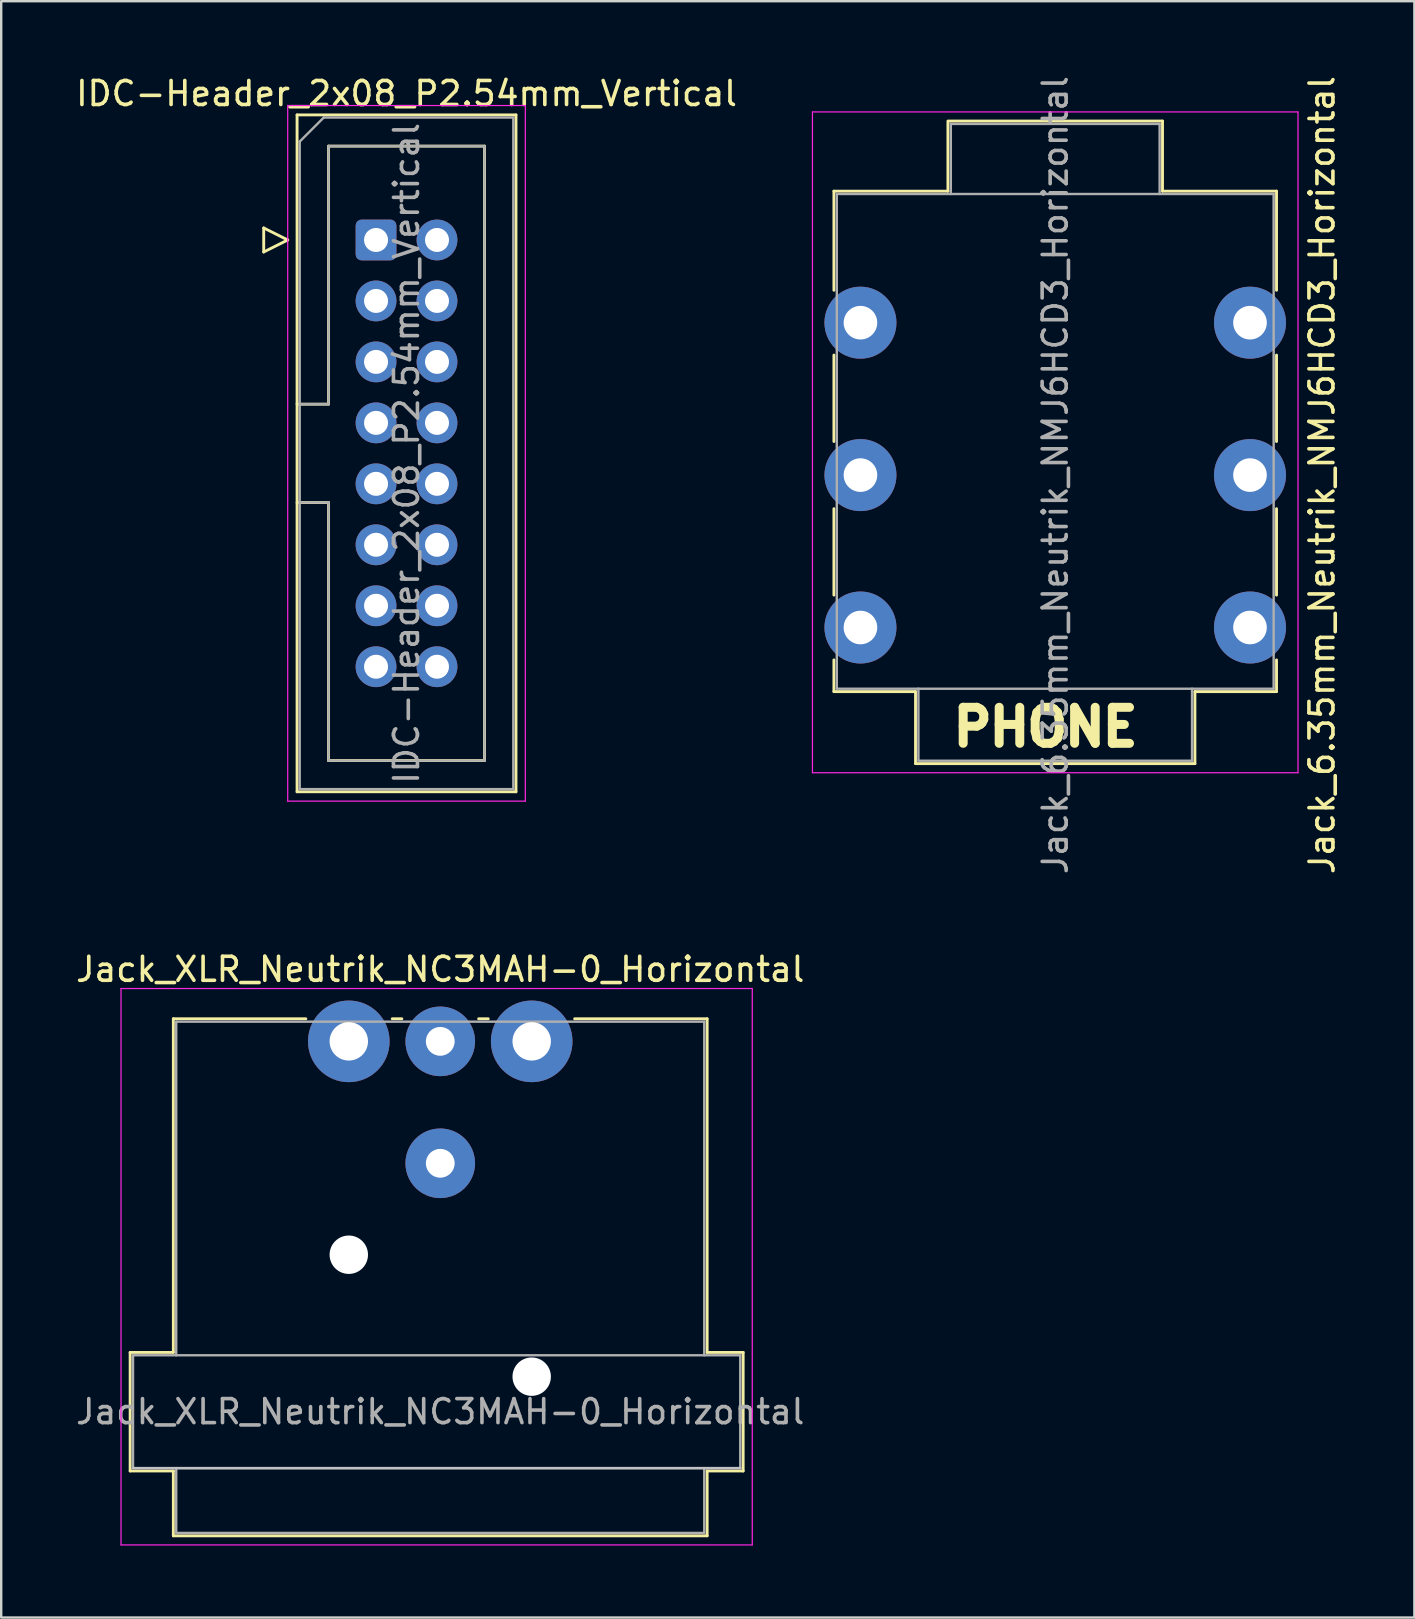
<source format=kicad_pcb>
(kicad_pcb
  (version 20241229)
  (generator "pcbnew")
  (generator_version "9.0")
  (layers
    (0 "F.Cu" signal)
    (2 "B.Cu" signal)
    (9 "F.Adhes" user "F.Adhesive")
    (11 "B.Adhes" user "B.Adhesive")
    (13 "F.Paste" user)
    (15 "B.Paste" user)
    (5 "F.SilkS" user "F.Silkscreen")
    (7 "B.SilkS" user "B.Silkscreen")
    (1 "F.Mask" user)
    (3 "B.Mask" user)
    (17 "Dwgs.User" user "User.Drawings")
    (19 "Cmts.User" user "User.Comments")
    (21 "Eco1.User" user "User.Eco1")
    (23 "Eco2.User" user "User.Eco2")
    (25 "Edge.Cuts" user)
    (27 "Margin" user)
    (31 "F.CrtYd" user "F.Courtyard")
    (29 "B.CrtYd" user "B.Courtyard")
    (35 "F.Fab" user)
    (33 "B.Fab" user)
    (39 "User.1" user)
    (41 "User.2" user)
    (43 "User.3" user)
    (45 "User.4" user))
  (footprint "Jack_6.35mm_Neutrik_NMJ6HCD3_Horizontal"
    (layer "F.Cu")
    (at 40.914 25.644)
    (property "Reference" "Jack_6.35mm_Neutrik_NMJ6HCD3_Horizontal" (at 11.115 -8.9 90) (layer "F.SilkS") (effects (font (size 1 1) (thickness 0.15))))
    (property "Label" "PHONE" (at 0 0 0) (layer "F.Fab") (hide yes) (effects (font (size 1.27 1.27) (thickness 0.15))))
    (attr through_hole)
    (fp_line (start -9.22 -20.73) (end -4.47 -20.73) (stroke (width 0.12) (type solid)) (layer "F.SilkS"))
    (fp_line (start -9.22 -16.6) (end -9.22 -20.73) (stroke (width 0.12) (type solid)) (layer "F.SilkS"))
    (fp_line (start -9.22 -10.3) (end -9.22 -13.9) (stroke (width 0.12) (type solid)) (layer "F.SilkS"))
    (fp_line (start -9.22 -3.9) (end -9.22 -7.5) (stroke (width 0.12) (type solid)) (layer "F.SilkS"))
    (fp_line (start -9.22 0.12) (end -9.22 -1.2) (stroke (width 0.12) (type solid)) (layer "F.SilkS"))
    (fp_line (start -9.22 0.12) (end -5.82 0.12) (stroke (width 0.12) (type solid)) (layer "F.SilkS"))
    (fp_line (start -5.82 0.12) (end -5.82 3.12) (stroke (width 0.12) (type solid)) (layer "F.SilkS"))
    (fp_line (start -5.82 3.12) (end 5.82 3.12) (stroke (width 0.12) (type solid)) (layer "F.SilkS"))
    (fp_line (start -4.47 -23.65) (end -4.47 -20.73) (stroke (width 0.12) (type solid)) (layer "F.SilkS"))
    (fp_line (start -4.43 -23.65) (end 4.47 -23.65) (stroke (width 0.12) (type solid)) (layer "F.SilkS"))
    (fp_line (start 4.47 -23.65) (end 4.47 -20.73) (stroke (width 0.12) (type solid)) (layer "F.SilkS"))
    (fp_line (start 4.47 -20.73) (end 9.22 -20.73) (stroke (width 0.12) (type solid)) (layer "F.SilkS"))
    (fp_line (start 5.82 0.12) (end 5.82 3.12) (stroke (width 0.12) (type solid)) (layer "F.SilkS"))
    (fp_line (start 5.82 0.12) (end 9.22 0.12) (stroke (width 0.12) (type solid)) (layer "F.SilkS"))
    (fp_line (start 9.22 -20.73) (end 9.22 -16.6) (stroke (width 0.12) (type solid)) (layer "F.SilkS"))
    (fp_line (start 9.22 -13.9) (end 9.22 -10.3) (stroke (width 0.12) (type solid)) (layer "F.SilkS"))
    (fp_line (start 9.22 -7.5) (end 9.22 -3.9) (stroke (width 0.12) (type solid)) (layer "F.SilkS"))
    (fp_line (start 9.22 0.12) (end 9.22 -1.2) (stroke (width 0.12) (type solid)) (layer "F.SilkS"))
    (fp_line (start -10.115 -24.03) (end -10.115 3.5) (stroke (width 0.05) (type solid)) (layer "F.CrtYd"))
    (fp_line (start -10.115 -24.03) (end 10.115 -24.03) (stroke (width 0.05) (type solid)) (layer "F.CrtYd"))
    (fp_line (start -10.115 3.5) (end 10.115 3.5) (stroke (width 0.05) (type solid)) (layer "F.CrtYd"))
    (fp_line (start 10.115 3.5) (end 10.115 -24.03) (stroke (width 0.05) (type solid)) (layer "F.CrtYd"))
    (fp_line (start -9.1 -20.61) (end 9.1 -20.61) (stroke (width 0.1) (type solid)) (layer "F.Fab"))
    (fp_line (start -9.1 0) (end -9.1 -20.61) (stroke (width 0.1) (type solid)) (layer "F.Fab"))
    (fp_line (start -9.1 0) (end 9.1 0) (stroke (width 0.1) (type solid)) (layer "F.Fab"))
    (fp_line (start -5.7 3) (end -5.7 0) (stroke (width 0.1) (type solid)) (layer "F.Fab"))
    (fp_line (start -5.7 3) (end 5.7 3) (stroke (width 0.1) (type solid)) (layer "F.Fab"))
    (fp_line (start -4.35 -23.53) (end -4.35 -20.61) (stroke (width 0.1) (type solid)) (layer "F.Fab"))
    (fp_line (start -4.35 -23.53) (end 4.35 -23.53) (stroke (width 0.1) (type solid)) (layer "F.Fab"))
    (fp_line (start 4.35 -23.53) (end 4.35 -20.61) (stroke (width 0.1) (type solid)) (layer "F.Fab"))
    (fp_line (start 5.7 3) (end 5.7 0) (stroke (width 0.1) (type solid)) (layer "F.Fab"))
    (fp_line (start 9.1 0) (end 9.1 -20.61) (stroke (width 0.1) (type solid)) (layer "F.Fab"))
    (fp_text user "${Label}" (at -0.406 1.6 0) (layer "F.SilkS") (effects (font (size 1.5 1.5) (thickness 0.375))))
    (fp_text user "${REFERENCE}" (at 0 -8.9 90) (layer "F.Fab") (effects (font (size 1 1) (thickness 0.15))))
    (pad "R" thru_hole circle (at 8.115 -8.9 270) (size 3 3) (drill 1.4) (layers "*.Cu" "*.Mask"))
    (pad "RN" thru_hole circle (at -8.115 -8.9 270) (size 3 3) (drill 1.4) (layers "*.Cu" "*.Mask"))
    (pad "S" thru_hole circle (at 8.115 -2.55 270) (size 3 3) (drill 1.4) (layers "*.Cu" "*.Mask"))
    (pad "SN" thru_hole circle (at -8.115 -2.55 270) (size 3 3) (drill 1.4) (layers "*.Cu" "*.Mask"))
    (pad "T" thru_hole circle (at 8.115 -15.25 270) (size 3 3) (drill 1.4) (layers "*.Cu" "*.Mask"))
    (pad "TN" thru_hole circle (at -8.115 -15.25 270) (size 3 3) (drill 1.4) (layers "*.Cu" "*.Mask")))
  (footprint "Jack_XLR_Neutrik_NC3MAH-0_Horizontal"
    (layer "F.Cu")
    (at 11.482 40.336)
    (property "Reference" "Jack_XLR_Neutrik_NC3MAH-0_Horizontal" (at 3.81 -3 0) (layer "F.SilkS") (effects (font (size 1 1) (thickness 0.15))))
    (fp_line (start -9.11 12.96) (end -7.31 12.96) (stroke (width 0.12) (type solid)) (layer "F.SilkS"))
    (fp_line (start -9.11 17.9) (end -9.11 12.96) (stroke (width 0.12) (type solid)) (layer "F.SilkS"))
    (fp_line (start -7.31 12.96) (end -7.31 -0.94) (stroke (width 0.12) (type solid)) (layer "F.SilkS"))
    (fp_line (start -7.31 17.9) (end -9.11 17.9) (stroke (width 0.12) (type solid)) (layer "F.SilkS"))
    (fp_line (start -7.31 17.9) (end -7.31 20.6) (stroke (width 0.12) (type solid)) (layer "F.SilkS"))
    (fp_line (start -1.79 -0.94) (end -7.31 -0.94) (stroke (width 0.12) (type solid)) (layer "F.SilkS"))
    (fp_line (start 2.21 -0.94) (end 1.81 -0.94) (stroke (width 0.12) (type solid)) (layer "F.SilkS"))
    (fp_line (start 5.41 -0.94) (end 5.81 -0.94) (stroke (width 0.12) (type solid)) (layer "F.SilkS"))
    (fp_line (start 14.93 -0.94) (end 9.41 -0.94) (stroke (width 0.12) (type solid)) (layer "F.SilkS"))
    (fp_line (start 14.93 12.96) (end 14.93 -0.94) (stroke (width 0.12) (type solid)) (layer "F.SilkS"))
    (fp_line (start 14.93 12.96) (end 16.43 12.96) (stroke (width 0.12) (type solid)) (layer "F.SilkS"))
    (fp_line (start 14.93 17.9) (end 14.93 20.6) (stroke (width 0.12) (type solid)) (layer "F.SilkS"))
    (fp_line (start 14.93 20.6) (end -7.31 20.6) (stroke (width 0.12) (type solid)) (layer "F.SilkS"))
    (fp_line (start 16.43 17.9) (end 14.93 17.9) (stroke (width 0.12) (type solid)) (layer "F.SilkS"))
    (fp_line (start 16.43 17.9) (end 16.43 12.96) (stroke (width 0.12) (type solid)) (layer "F.SilkS"))
    (fp_line (start 16.31 17.78) (end -8.99 17.78) (stroke (width 0.1) (type solid)) (layer "Dwgs.User"))
    (fp_line (start -9.49 20.98) (end -9.49 -2.2) (stroke (width 0.05) (type solid)) (layer "F.CrtYd"))
    (fp_line (start 16.81 -2.2) (end -9.49 -2.2) (stroke (width 0.05) (type solid)) (layer "F.CrtYd"))
    (fp_line (start 16.81 20.98) (end -9.49 20.98) (stroke (width 0.05) (type solid)) (layer "F.CrtYd"))
    (fp_line (start 16.81 20.98) (end 16.81 -2.2) (stroke (width 0.05) (type solid)) (layer "F.CrtYd"))
    (fp_line (start -8.99 13.08) (end 16.31 13.08) (stroke (width 0.1) (type solid)) (layer "F.Fab"))
    (fp_line (start -8.99 17.78) (end -8.99 13.08) (stroke (width 0.1) (type solid)) (layer "F.Fab"))
    (fp_line (start -7.19 -0.82) (end -7.19 13.08) (stroke (width 0.1) (type solid)) (layer "F.Fab"))
    (fp_line (start -7.19 20.48) (end -7.19 17.78) (stroke (width 0.1) (type solid)) (layer "F.Fab"))
    (fp_line (start 14.81 -0.82) (end -7.19 -0.82) (stroke (width 0.1) (type solid)) (layer "F.Fab"))
    (fp_line (start 14.81 13.08) (end 14.81 -0.82) (stroke (width 0.1) (type solid)) (layer "F.Fab"))
    (fp_line (start 14.81 17.78) (end 14.81 20.48) (stroke (width 0.1) (type solid)) (layer "F.Fab"))
    (fp_line (start 14.81 20.48) (end -7.19 20.48) (stroke (width 0.1) (type solid)) (layer "F.Fab"))
    (fp_line (start 16.31 13.08) (end 16.31 17.78) (stroke (width 0.1) (type solid)) (layer "F.Fab"))
    (fp_line (start 16.31 17.78) (end -8.99 17.78) (stroke (width 0.1) (type solid)) (layer "F.Fab"))
    (fp_text user "${REFERENCE}" (at 3.81 15.43 0) (layer "F.Fab") (effects (font (size 1 1) (thickness 0.15))))
    (pad "" np_thru_hole circle (at 0 8.89) (size 1.6 1.6) (drill 1.6) (layers "*.Cu" "*.Mask"))
    (pad "" np_thru_hole circle (at 7.62 13.97) (size 1.6 1.6) (drill 1.6) (layers "*.Cu" "*.Mask"))
    (pad "1" thru_hole circle (at 0 0) (size 3.4 3.4) (drill 1.6) (layers "*.Cu" "*.Mask"))
    (pad "2" thru_hole circle (at 7.62 0) (size 3.4 3.4) (drill 1.6) (layers "*.Cu" "*.Mask"))
    (pad "3" thru_hole circle (at 3.81 0) (size 2.9 2.9) (drill 1.2) (layers "*.Cu" "*.Mask"))
    (pad "G" thru_hole circle (at 3.81 5.08) (size 2.9 2.9) (drill 1.2) (layers "*.Cu" "*.Mask")))
  (footprint "IDC-Header_2x08_P2.54mm_Vertical"
    (layer "F.Cu")
    (at 12.617 6.948)
    (property "Reference" "IDC-Header_2x08_P2.54mm_Vertical" (at 1.27 -6.1 0) (layer "F.SilkS") (effects (font (size 1 1) (thickness 0.15))))
    (attr through_hole)
    (fp_line (start -4.68 -0.5) (end -4.68 0.5) (stroke (width 0.12) (type solid)) (layer "F.SilkS"))
    (fp_line (start -4.68 0.5) (end -3.68 0) (stroke (width 0.12) (type solid)) (layer "F.SilkS"))
    (fp_line (start -3.68 0) (end -4.68 -0.5) (stroke (width 0.12) (type solid)) (layer "F.SilkS"))
    (fp_line (start -3.29 -5.21) (end 5.83 -5.21) (stroke (width 0.12) (type solid)) (layer "F.SilkS"))
    (fp_line (start -3.29 6.84) (end -1.98 6.84) (stroke (width 0.12) (type solid)) (layer "F.SilkS"))
    (fp_line (start -3.29 22.99) (end -3.29 -5.21) (stroke (width 0.12) (type solid)) (layer "F.SilkS"))
    (fp_line (start -1.98 -3.91) (end 4.52 -3.91) (stroke (width 0.12) (type solid)) (layer "F.SilkS"))
    (fp_line (start -1.98 6.84) (end -1.98 -3.91) (stroke (width 0.12) (type solid)) (layer "F.SilkS"))
    (fp_line (start -1.98 10.94) (end -3.29 10.94) (stroke (width 0.12) (type solid)) (layer "F.SilkS"))
    (fp_line (start -1.98 10.94) (end -1.98 10.94) (stroke (width 0.12) (type solid)) (layer "F.SilkS"))
    (fp_line (start -1.98 21.69) (end -1.98 10.94) (stroke (width 0.12) (type solid)) (layer "F.SilkS"))
    (fp_line (start 4.52 -3.91) (end 4.52 21.69) (stroke (width 0.12) (type solid)) (layer "F.SilkS"))
    (fp_line (start 4.52 21.69) (end -1.98 21.69) (stroke (width 0.12) (type solid)) (layer "F.SilkS"))
    (fp_line (start 5.83 -5.21) (end 5.83 22.99) (stroke (width 0.12) (type solid)) (layer "F.SilkS"))
    (fp_line (start 5.83 22.99) (end -3.29 22.99) (stroke (width 0.12) (type solid)) (layer "F.SilkS"))
    (fp_line (start -3.68 -5.6) (end -3.68 23.38) (stroke (width 0.05) (type solid)) (layer "F.CrtYd"))
    (fp_line (start -3.68 23.38) (end 6.22 23.38) (stroke (width 0.05) (type solid)) (layer "F.CrtYd"))
    (fp_line (start 6.22 -5.6) (end -3.68 -5.6) (stroke (width 0.05) (type solid)) (layer "F.CrtYd"))
    (fp_line (start 6.22 23.38) (end 6.22 -5.6) (stroke (width 0.05) (type solid)) (layer "F.CrtYd"))
    (fp_line (start -3.18 -4.1) (end -2.18 -5.1) (stroke (width 0.1) (type solid)) (layer "F.Fab"))
    (fp_line (start -3.18 6.84) (end -1.98 6.84) (stroke (width 0.1) (type solid)) (layer "F.Fab"))
    (fp_line (start -3.18 22.88) (end -3.18 -4.1) (stroke (width 0.1) (type solid)) (layer "F.Fab"))
    (fp_line (start -2.18 -5.1) (end 5.72 -5.1) (stroke (width 0.1) (type solid)) (layer "F.Fab"))
    (fp_line (start -1.98 -3.91) (end 4.52 -3.91) (stroke (width 0.1) (type solid)) (layer "F.Fab"))
    (fp_line (start -1.98 6.84) (end -1.98 -3.91) (stroke (width 0.1) (type solid)) (layer "F.Fab"))
    (fp_line (start -1.98 10.94) (end -3.18 10.94) (stroke (width 0.1) (type solid)) (layer "F.Fab"))
    (fp_line (start -1.98 10.94) (end -1.98 10.94) (stroke (width 0.1) (type solid)) (layer "F.Fab"))
    (fp_line (start -1.98 21.69) (end -1.98 10.94) (stroke (width 0.1) (type solid)) (layer "F.Fab"))
    (fp_line (start 4.52 -3.91) (end 4.52 21.69) (stroke (width 0.1) (type solid)) (layer "F.Fab"))
    (fp_line (start 4.52 21.69) (end -1.98 21.69) (stroke (width 0.1) (type solid)) (layer "F.Fab"))
    (fp_line (start 5.72 -5.1) (end 5.72 22.88) (stroke (width 0.1) (type solid)) (layer "F.Fab"))
    (fp_line (start 5.72 22.88) (end -3.18 22.88) (stroke (width 0.1) (type solid)) (layer "F.Fab"))
    (fp_text user "${REFERENCE}" (at 1.27 8.89 90) (layer "F.Fab") (effects (font (size 1 1) (thickness 0.15))))
    (pad "1" thru_hole roundrect (at 0 0) (size 1.7 1.7) (drill 1) (layers "*.Cu" "*.Mask") (roundrect_rratio 0.147))
    (pad "2" thru_hole circle (at 2.54 0) (size 1.7 1.7) (drill 1) (layers "*.Cu" "*.Mask"))
    (pad "3" thru_hole circle (at 0 2.54) (size 1.7 1.7) (drill 1) (layers "*.Cu" "*.Mask"))
    (pad "4" thru_hole circle (at 2.54 2.54) (size 1.7 1.7) (drill 1) (layers "*.Cu" "*.Mask"))
    (pad "5" thru_hole circle (at 0 5.08) (size 1.7 1.7) (drill 1) (layers "*.Cu" "*.Mask"))
    (pad "6" thru_hole circle (at 2.54 5.08) (size 1.7 1.7) (drill 1) (layers "*.Cu" "*.Mask"))
    (pad "7" thru_hole circle (at 0 7.62) (size 1.7 1.7) (drill 1) (layers "*.Cu" "*.Mask"))
    (pad "8" thru_hole circle (at 2.54 7.62) (size 1.7 1.7) (drill 1) (layers "*.Cu" "*.Mask"))
    (pad "9" thru_hole circle (at 0 10.16) (size 1.7 1.7) (drill 1) (layers "*.Cu" "*.Mask"))
    (pad "10" thru_hole circle (at 2.54 10.16) (size 1.7 1.7) (drill 1) (layers "*.Cu" "*.Mask"))
    (pad "11" thru_hole circle (at 0 12.7) (size 1.7 1.7) (drill 1) (layers "*.Cu" "*.Mask"))
    (pad "12" thru_hole circle (at 2.54 12.7) (size 1.7 1.7) (drill 1) (layers "*.Cu" "*.Mask"))
    (pad "13" thru_hole circle (at 0 15.24) (size 1.7 1.7) (drill 1) (layers "*.Cu" "*.Mask"))
    (pad "14" thru_hole circle (at 2.54 15.24) (size 1.7 1.7) (drill 1) (layers "*.Cu" "*.Mask"))
    (pad "15" thru_hole circle (at 0 17.78) (size 1.7 1.7) (drill 1) (layers "*.Cu" "*.Mask"))
    (pad "16" thru_hole circle (at 2.54 17.78) (size 1.7 1.7) (drill 1) (layers "*.Cu" "*.Mask")))
  (gr_rect
    (start -3 -3)
    (end 55.877 64.341)
    (stroke (width 0.1) (type default))
    (fill no)
    (layer "Edge.Cuts")))
</source>
